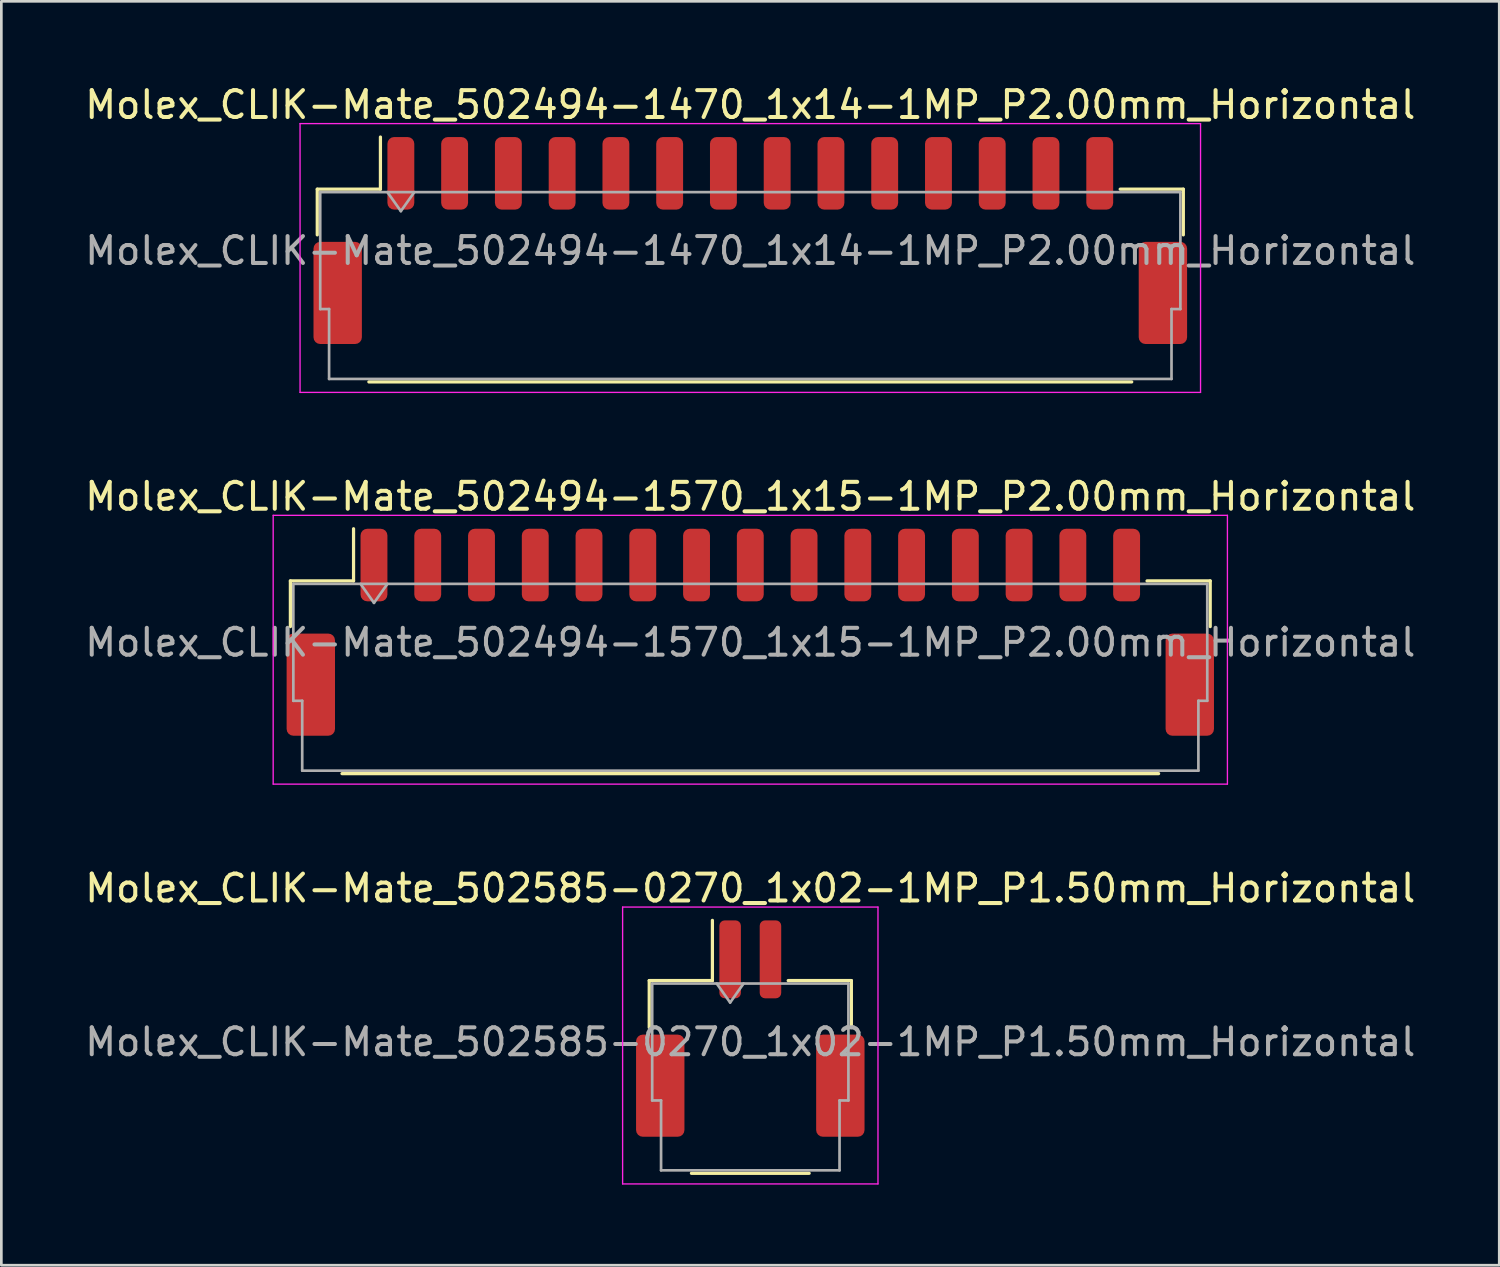
<source format=kicad_pcb>
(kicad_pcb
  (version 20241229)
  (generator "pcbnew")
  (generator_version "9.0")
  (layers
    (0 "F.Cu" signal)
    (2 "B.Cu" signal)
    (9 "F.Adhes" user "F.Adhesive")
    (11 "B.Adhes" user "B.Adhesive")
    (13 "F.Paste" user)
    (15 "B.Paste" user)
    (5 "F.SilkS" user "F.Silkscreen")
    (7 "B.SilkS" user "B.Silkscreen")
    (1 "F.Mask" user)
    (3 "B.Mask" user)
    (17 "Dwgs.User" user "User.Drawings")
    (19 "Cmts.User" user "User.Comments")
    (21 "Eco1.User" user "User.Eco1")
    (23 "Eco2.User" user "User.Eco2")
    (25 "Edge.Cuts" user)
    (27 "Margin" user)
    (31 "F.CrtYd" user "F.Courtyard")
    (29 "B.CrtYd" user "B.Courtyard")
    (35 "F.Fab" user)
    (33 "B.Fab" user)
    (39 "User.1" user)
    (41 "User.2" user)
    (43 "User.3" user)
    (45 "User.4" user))
  (footprint "Molex_CLIK-Mate_502494-1570_1x15-1MP_P2.00mm_Horizontal"
    (layer "F.Cu")
    (at 24.863 20.471)
    (property "Reference" "Molex_CLIK-Mate_502494-1570_1x15-1MP_P2.00mm_Horizontal" (at 0 -5.05 0) (layer "F.SilkS") (effects (font (size 1 1) (thickness 0.15))))
    (attr smd)
    (fp_line (start -17.11 -1.91) (end -14.76 -1.91) (stroke (width 0.12) (type solid)) (layer "F.SilkS"))
    (fp_line (start -17.11 -0.21) (end -17.11 -1.91) (stroke (width 0.12) (type solid)) (layer "F.SilkS"))
    (fp_line (start -15.19 5.26) (end 15.19 5.26) (stroke (width 0.12) (type solid)) (layer "F.SilkS"))
    (fp_line (start -14.76 -1.91) (end -14.76 -3.85) (stroke (width 0.12) (type solid)) (layer "F.SilkS"))
    (fp_line (start 17.11 -1.91) (end 14.76 -1.91) (stroke (width 0.12) (type solid)) (layer "F.SilkS"))
    (fp_line (start 17.11 -0.21) (end 17.11 -1.91) (stroke (width 0.12) (type solid)) (layer "F.SilkS"))
    (fp_line (start -17.75 -4.35) (end -17.75 5.65) (stroke (width 0.05) (type solid)) (layer "F.CrtYd"))
    (fp_line (start -17.75 5.65) (end 17.75 5.65) (stroke (width 0.05) (type solid)) (layer "F.CrtYd"))
    (fp_line (start 17.75 -4.35) (end -17.75 -4.35) (stroke (width 0.05) (type solid)) (layer "F.CrtYd"))
    (fp_line (start 17.75 5.65) (end 17.75 -4.35) (stroke (width 0.05) (type solid)) (layer "F.CrtYd"))
    (fp_line (start -17 -1.8) (end -17 2.55) (stroke (width 0.1) (type solid)) (layer "F.Fab"))
    (fp_line (start -17 -1.8) (end 17 -1.8) (stroke (width 0.1) (type solid)) (layer "F.Fab"))
    (fp_line (start -17 2.55) (end -16.67 2.55) (stroke (width 0.1) (type solid)) (layer "F.Fab"))
    (fp_line (start -16.67 2.55) (end -16.67 5.15) (stroke (width 0.1) (type solid)) (layer "F.Fab"))
    (fp_line (start -16.67 5.15) (end 16.67 5.15) (stroke (width 0.1) (type solid)) (layer "F.Fab"))
    (fp_line (start -14.5 -1.8) (end -14 -1.093) (stroke (width 0.1) (type solid)) (layer "F.Fab"))
    (fp_line (start -14 -1.093) (end -13.5 -1.8) (stroke (width 0.1) (type solid)) (layer "F.Fab"))
    (fp_line (start 16.67 2.55) (end 17 2.55) (stroke (width 0.1) (type solid)) (layer "F.Fab"))
    (fp_line (start 16.67 5.15) (end 16.67 2.55) (stroke (width 0.1) (type solid)) (layer "F.Fab"))
    (fp_line (start 17 -1.8) (end 17 2.55) (stroke (width 0.1) (type solid)) (layer "F.Fab"))
    (fp_text user "${REFERENCE}" (at 0 0.38 0) (layer "F.Fab") (effects (font (size 1 1) (thickness 0.15))))
    (pad "1" smd roundrect (at -14 -2.5) (size 1 2.7) (layers "F.Cu" "F.Mask" "F.Paste") (roundrect_rratio 0.25))
    (pad "2" smd roundrect (at -12 -2.5) (size 1 2.7) (layers "F.Cu" "F.Mask" "F.Paste") (roundrect_rratio 0.25))
    (pad "3" smd roundrect (at -10 -2.5) (size 1 2.7) (layers "F.Cu" "F.Mask" "F.Paste") (roundrect_rratio 0.25))
    (pad "4" smd roundrect (at -8 -2.5) (size 1 2.7) (layers "F.Cu" "F.Mask" "F.Paste") (roundrect_rratio 0.25))
    (pad "5" smd roundrect (at -6 -2.5) (size 1 2.7) (layers "F.Cu" "F.Mask" "F.Paste") (roundrect_rratio 0.25))
    (pad "6" smd roundrect (at -4 -2.5) (size 1 2.7) (layers "F.Cu" "F.Mask" "F.Paste") (roundrect_rratio 0.25))
    (pad "7" smd roundrect (at -2 -2.5) (size 1 2.7) (layers "F.Cu" "F.Mask" "F.Paste") (roundrect_rratio 0.25))
    (pad "8" smd roundrect (at 0 -2.5) (size 1 2.7) (layers "F.Cu" "F.Mask" "F.Paste") (roundrect_rratio 0.25))
    (pad "9" smd roundrect (at 2 -2.5) (size 1 2.7) (layers "F.Cu" "F.Mask" "F.Paste") (roundrect_rratio 0.25))
    (pad "10" smd roundrect (at 4 -2.5) (size 1 2.7) (layers "F.Cu" "F.Mask" "F.Paste") (roundrect_rratio 0.25))
    (pad "11" smd roundrect (at 6 -2.5) (size 1 2.7) (layers "F.Cu" "F.Mask" "F.Paste") (roundrect_rratio 0.25))
    (pad "12" smd roundrect (at 8 -2.5) (size 1 2.7) (layers "F.Cu" "F.Mask" "F.Paste") (roundrect_rratio 0.25))
    (pad "13" smd roundrect (at 10 -2.5) (size 1 2.7) (layers "F.Cu" "F.Mask" "F.Paste") (roundrect_rratio 0.25))
    (pad "14" smd roundrect (at 12 -2.5) (size 1 2.7) (layers "F.Cu" "F.Mask" "F.Paste") (roundrect_rratio 0.25))
    (pad "15" smd roundrect (at 14 -2.5) (size 1 2.7) (layers "F.Cu" "F.Mask" "F.Paste") (roundrect_rratio 0.25))
    (pad "MP" smd roundrect (at -16.35 1.95) (size 1.8 3.8) (layers "F.Cu" "F.Mask" "F.Paste") (roundrect_rratio 0.139))
    (pad "MP" smd roundrect (at 16.35 1.95) (size 1.8 3.8) (layers "F.Cu" "F.Mask" "F.Paste") (roundrect_rratio 0.139)))
  (footprint "Molex_CLIK-Mate_502494-1470_1x14-1MP_P2.00mm_Horizontal"
    (layer "F.Cu")
    (at 24.863 5.898)
    (property "Reference" "Molex_CLIK-Mate_502494-1470_1x14-1MP_P2.00mm_Horizontal" (at 0 -5.05 0) (layer "F.SilkS") (effects (font (size 1 1) (thickness 0.15))))
    (attr smd)
    (fp_line (start -16.11 -1.91) (end -13.76 -1.91) (stroke (width 0.12) (type solid)) (layer "F.SilkS"))
    (fp_line (start -16.11 -0.21) (end -16.11 -1.91) (stroke (width 0.12) (type solid)) (layer "F.SilkS"))
    (fp_line (start -14.19 5.26) (end 14.19 5.26) (stroke (width 0.12) (type solid)) (layer "F.SilkS"))
    (fp_line (start -13.76 -1.91) (end -13.76 -3.85) (stroke (width 0.12) (type solid)) (layer "F.SilkS"))
    (fp_line (start 16.11 -1.91) (end 13.76 -1.91) (stroke (width 0.12) (type solid)) (layer "F.SilkS"))
    (fp_line (start 16.11 -0.21) (end 16.11 -1.91) (stroke (width 0.12) (type solid)) (layer "F.SilkS"))
    (fp_line (start -16.75 -4.35) (end -16.75 5.65) (stroke (width 0.05) (type solid)) (layer "F.CrtYd"))
    (fp_line (start -16.75 5.65) (end 16.75 5.65) (stroke (width 0.05) (type solid)) (layer "F.CrtYd"))
    (fp_line (start 16.75 -4.35) (end -16.75 -4.35) (stroke (width 0.05) (type solid)) (layer "F.CrtYd"))
    (fp_line (start 16.75 5.65) (end 16.75 -4.35) (stroke (width 0.05) (type solid)) (layer "F.CrtYd"))
    (fp_line (start -16 -1.8) (end -16 2.55) (stroke (width 0.1) (type solid)) (layer "F.Fab"))
    (fp_line (start -16 -1.8) (end 16 -1.8) (stroke (width 0.1) (type solid)) (layer "F.Fab"))
    (fp_line (start -16 2.55) (end -15.67 2.55) (stroke (width 0.1) (type solid)) (layer "F.Fab"))
    (fp_line (start -15.67 2.55) (end -15.67 5.15) (stroke (width 0.1) (type solid)) (layer "F.Fab"))
    (fp_line (start -15.67 5.15) (end 15.67 5.15) (stroke (width 0.1) (type solid)) (layer "F.Fab"))
    (fp_line (start -13.5 -1.8) (end -13 -1.093) (stroke (width 0.1) (type solid)) (layer "F.Fab"))
    (fp_line (start -13 -1.093) (end -12.5 -1.8) (stroke (width 0.1) (type solid)) (layer "F.Fab"))
    (fp_line (start 15.67 2.55) (end 16 2.55) (stroke (width 0.1) (type solid)) (layer "F.Fab"))
    (fp_line (start 15.67 5.15) (end 15.67 2.55) (stroke (width 0.1) (type solid)) (layer "F.Fab"))
    (fp_line (start 16 -1.8) (end 16 2.55) (stroke (width 0.1) (type solid)) (layer "F.Fab"))
    (fp_text user "${REFERENCE}" (at 0 0.38 0) (layer "F.Fab") (effects (font (size 1 1) (thickness 0.15))))
    (pad "1" smd roundrect (at -13 -2.5) (size 1 2.7) (layers "F.Cu" "F.Mask" "F.Paste") (roundrect_rratio 0.25))
    (pad "2" smd roundrect (at -11 -2.5) (size 1 2.7) (layers "F.Cu" "F.Mask" "F.Paste") (roundrect_rratio 0.25))
    (pad "3" smd roundrect (at -9 -2.5) (size 1 2.7) (layers "F.Cu" "F.Mask" "F.Paste") (roundrect_rratio 0.25))
    (pad "4" smd roundrect (at -7 -2.5) (size 1 2.7) (layers "F.Cu" "F.Mask" "F.Paste") (roundrect_rratio 0.25))
    (pad "5" smd roundrect (at -5 -2.5) (size 1 2.7) (layers "F.Cu" "F.Mask" "F.Paste") (roundrect_rratio 0.25))
    (pad "6" smd roundrect (at -3 -2.5) (size 1 2.7) (layers "F.Cu" "F.Mask" "F.Paste") (roundrect_rratio 0.25))
    (pad "7" smd roundrect (at -1 -2.5) (size 1 2.7) (layers "F.Cu" "F.Mask" "F.Paste") (roundrect_rratio 0.25))
    (pad "8" smd roundrect (at 1 -2.5) (size 1 2.7) (layers "F.Cu" "F.Mask" "F.Paste") (roundrect_rratio 0.25))
    (pad "9" smd roundrect (at 3 -2.5) (size 1 2.7) (layers "F.Cu" "F.Mask" "F.Paste") (roundrect_rratio 0.25))
    (pad "10" smd roundrect (at 5 -2.5) (size 1 2.7) (layers "F.Cu" "F.Mask" "F.Paste") (roundrect_rratio 0.25))
    (pad "11" smd roundrect (at 7 -2.5) (size 1 2.7) (layers "F.Cu" "F.Mask" "F.Paste") (roundrect_rratio 0.25))
    (pad "12" smd roundrect (at 9 -2.5) (size 1 2.7) (layers "F.Cu" "F.Mask" "F.Paste") (roundrect_rratio 0.25))
    (pad "13" smd roundrect (at 11 -2.5) (size 1 2.7) (layers "F.Cu" "F.Mask" "F.Paste") (roundrect_rratio 0.25))
    (pad "14" smd roundrect (at 13 -2.5) (size 1 2.7) (layers "F.Cu" "F.Mask" "F.Paste") (roundrect_rratio 0.25))
    (pad "MP" smd roundrect (at -15.35 1.95) (size 1.8 3.8) (layers "F.Cu" "F.Mask" "F.Paste") (roundrect_rratio 0.139))
    (pad "MP" smd roundrect (at 15.35 1.95) (size 1.8 3.8) (layers "F.Cu" "F.Mask" "F.Paste") (roundrect_rratio 0.139)))
  (footprint "Molex_CLIK-Mate_502585-0270_1x02-1MP_P1.50mm_Horizontal"
    (layer "F.Cu")
    (at 24.863 35.215)
    (property "Reference" "Molex_CLIK-Mate_502585-0270_1x02-1MP_P1.50mm_Horizontal" (at 0 -5.22 0) (layer "F.SilkS") (effects (font (size 1 1) (thickness 0.15))))
    (attr smd)
    (fp_line (start -3.76 -1.785) (end -1.41 -1.785) (stroke (width 0.12) (type solid)) (layer "F.SilkS"))
    (fp_line (start -3.76 -0.035) (end -3.76 -1.785) (stroke (width 0.12) (type solid)) (layer "F.SilkS"))
    (fp_line (start -2.19 5.385) (end 2.19 5.385) (stroke (width 0.12) (type solid)) (layer "F.SilkS"))
    (fp_line (start -1.41 -1.785) (end -1.41 -4.025) (stroke (width 0.12) (type solid)) (layer "F.SilkS"))
    (fp_line (start 3.76 -1.785) (end 1.41 -1.785) (stroke (width 0.12) (type solid)) (layer "F.SilkS"))
    (fp_line (start 3.76 -0.035) (end 3.76 -1.785) (stroke (width 0.12) (type solid)) (layer "F.SilkS"))
    (fp_line (start -4.75 -4.52) (end -4.75 5.78) (stroke (width 0.05) (type solid)) (layer "F.CrtYd"))
    (fp_line (start -4.75 5.78) (end 4.75 5.78) (stroke (width 0.05) (type solid)) (layer "F.CrtYd"))
    (fp_line (start 4.75 -4.52) (end -4.75 -4.52) (stroke (width 0.05) (type solid)) (layer "F.CrtYd"))
    (fp_line (start 4.75 5.78) (end 4.75 -4.52) (stroke (width 0.05) (type solid)) (layer "F.CrtYd"))
    (fp_line (start -3.65 -1.675) (end -3.65 2.675) (stroke (width 0.1) (type solid)) (layer "F.Fab"))
    (fp_line (start -3.65 -1.675) (end 3.65 -1.675) (stroke (width 0.1) (type solid)) (layer "F.Fab"))
    (fp_line (start -3.65 2.675) (end -3.32 2.675) (stroke (width 0.1) (type solid)) (layer "F.Fab"))
    (fp_line (start -3.32 2.675) (end -3.32 5.275) (stroke (width 0.1) (type solid)) (layer "F.Fab"))
    (fp_line (start -3.32 5.275) (end 3.32 5.275) (stroke (width 0.1) (type solid)) (layer "F.Fab"))
    (fp_line (start -1.25 -1.675) (end -0.75 -0.968) (stroke (width 0.1) (type solid)) (layer "F.Fab"))
    (fp_line (start -0.75 -0.968) (end -0.25 -1.675) (stroke (width 0.1) (type solid)) (layer "F.Fab"))
    (fp_line (start 3.32 2.675) (end 3.65 2.675) (stroke (width 0.1) (type solid)) (layer "F.Fab"))
    (fp_line (start 3.32 5.275) (end 3.32 2.675) (stroke (width 0.1) (type solid)) (layer "F.Fab"))
    (fp_line (start 3.65 -1.675) (end 3.65 2.675) (stroke (width 0.1) (type solid)) (layer "F.Fab"))
    (fp_text user "${REFERENCE}" (at 0 0.5 0) (layer "F.Fab") (effects (font (size 1 1) (thickness 0.15))))
    (pad "1" smd roundrect (at -0.75 -2.575) (size 0.8 2.9) (layers "F.Cu" "F.Mask" "F.Paste") (roundrect_rratio 0.25))
    (pad "2" smd roundrect (at 0.75 -2.575) (size 0.8 2.9) (layers "F.Cu" "F.Mask" "F.Paste") (roundrect_rratio 0.25))
    (pad "MP" smd roundrect (at -3.35 2.125) (size 1.8 3.8) (layers "F.Cu" "F.Mask" "F.Paste") (roundrect_rratio 0.139))
    (pad "MP" smd roundrect (at 3.35 2.125) (size 1.8 3.8) (layers "F.Cu" "F.Mask" "F.Paste") (roundrect_rratio 0.139)))
  (gr_rect
    (start -3 -3)
    (end 52.726 44.02)
    (stroke (width 0.1) (type default))
    (fill no)
    (layer "Edge.Cuts")))
</source>
